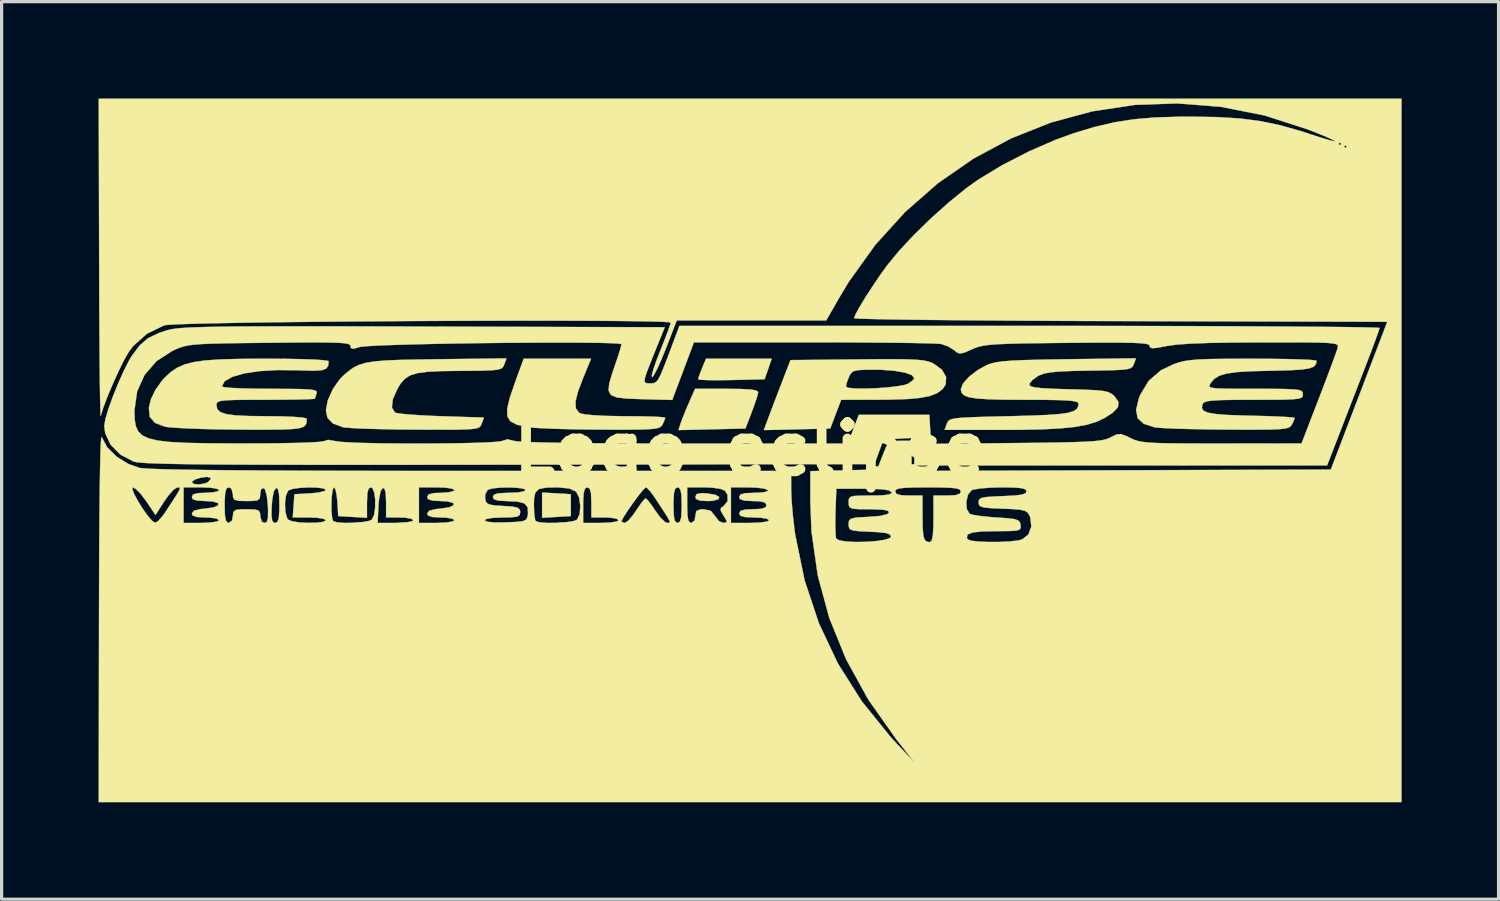
<source format=kicad_pcb>
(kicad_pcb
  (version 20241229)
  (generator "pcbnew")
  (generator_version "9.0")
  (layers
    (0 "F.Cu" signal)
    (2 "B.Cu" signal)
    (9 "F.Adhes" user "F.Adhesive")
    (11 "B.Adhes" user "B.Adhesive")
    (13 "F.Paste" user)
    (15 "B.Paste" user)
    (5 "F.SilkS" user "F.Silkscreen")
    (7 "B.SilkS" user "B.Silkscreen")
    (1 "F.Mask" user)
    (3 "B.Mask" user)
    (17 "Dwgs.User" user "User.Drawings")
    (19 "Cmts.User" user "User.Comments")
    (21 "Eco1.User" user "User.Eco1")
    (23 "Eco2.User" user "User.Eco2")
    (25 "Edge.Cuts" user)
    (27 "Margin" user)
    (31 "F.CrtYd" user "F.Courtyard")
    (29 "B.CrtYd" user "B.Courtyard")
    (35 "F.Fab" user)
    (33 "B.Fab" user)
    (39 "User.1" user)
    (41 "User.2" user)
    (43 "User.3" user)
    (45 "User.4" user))
  (footprint "Logo eclipse"
    (layer "F.Cu")
    (at 20.156 10.842)
    (property "Reference" "Logo eclipse" (at 0 0 0) (layer "F.SilkS") (effects (font (size 1.524 1.524) (thickness 0.3))))
    (attr through_hole)
    (fp_poly (pts (xy -5.99 1.371) (xy -5.546 1.397) (xy -5.546 2.074) (xy -5.99 2.1) (xy -6.435 2.126) (xy -6.435 1.346) (xy -5.99 1.371)) (stroke (width 0.01) (type solid)) (fill yes) (layer "F.SilkS"))
    (fp_poly (pts (xy -1.34 1.371) (xy -1.073 1.416) (xy -0.953 1.486) (xy -0.982 1.556) (xy -1.163 1.602) (xy -1.305 1.609) (xy -1.556 1.594) (xy -1.673 1.541) (xy -1.693 1.477) (xy -1.654 1.393) (xy -1.511 1.365) (xy -1.34 1.371)) (stroke (width 0.01) (type solid)) (fill yes) (layer "F.SilkS"))
    (fp_poly (pts (xy 0.559 -2.477) (xy 0.449 -2.159) (xy -0.58 -2.135) (xy -0.975 -2.13) (xy -1.299 -2.132) (xy -1.521 -2.142) (xy -1.608 -2.158) (xy -1.609 -2.159) (xy -1.579 -2.261) (xy -1.505 -2.453) (xy -1.486 -2.5) (xy -1.363 -2.794) (xy 0.668 -2.794) (xy 0.559 -2.477)) (stroke (width 0.01) (type solid)) (fill yes) (layer "F.SilkS"))
    (fp_poly (pts (xy -0.276 -1.858) (xy 0.023 -1.841) (xy 0.191 -1.81) (xy 0.249 -1.764) (xy 0.25 -1.757) (xy 0.219 -1.627) (xy 0.142 -1.393) (xy 0.051 -1.143) (xy -0.144 -0.635) (xy -1.179 -0.611) (xy -2.214 -0.587) (xy -2.154 -0.781) (xy -2.086 -0.966) (xy -1.978 -1.234) (xy -1.898 -1.418) (xy -1.703 -1.863) (xy -0.724 -1.863) (xy -0.276 -1.858)) (stroke (width 0.01) (type solid)) (fill yes) (layer "F.SilkS"))
    (fp_poly (pts (xy -5.169 -2.19) (xy -5.329 -1.766) (xy -5.402 -1.464) (xy -5.392 -1.26) (xy -5.299 -1.131) (xy -5.255 -1.104) (xy -5.112 -1.072) (xy -4.835 -1.045) (xy -4.455 -1.026) (xy -4.008 -1.017) (xy -3.858 -1.016) (xy -3.423 -1.013) (xy -3.055 -1.004) (xy -2.784 -0.992) (xy -2.64 -0.976) (xy -2.625 -0.968) (xy -2.66 -0.863) (xy -2.712 -0.756) (xy -2.749 -0.703) (xy -2.811 -0.663) (xy -2.918 -0.634) (xy -3.093 -0.616) (xy -3.357 -0.605) (xy -3.732 -0.6) (xy -4.24 -0.6) (xy -4.681 -0.602) (xy -5.253 -0.608) (xy -5.789 -0.619) (xy -6.26 -0.635) (xy -6.634 -0.655) (xy -6.88 -0.676) (xy -6.931 -0.684) (xy -7.224 -0.757) (xy -7.415 -0.858) (xy -7.51 -1.012) (xy -7.515 -1.243) (xy -7.437 -1.577) (xy -7.28 -2.038) (xy -7.27 -2.066) (xy -7.005 -2.794) (xy -4.92 -2.794) (xy -5.169 -2.19)) (stroke (width 0.01) (type solid)) (fill yes) (layer "F.SilkS"))
    (fp_poly (pts (xy 4.866 -2.775) (xy 5.151 -2.762) (xy 5.358 -2.741) (xy 5.508 -2.71) (xy 5.626 -2.668) (xy 5.672 -2.646) (xy 5.934 -2.455) (xy 6.064 -2.228) (xy 6.052 -1.998) (xy 5.956 -1.855) (xy 5.796 -1.734) (xy 5.574 -1.645) (xy 5.267 -1.583) (xy 4.851 -1.546) (xy 4.302 -1.528) (xy 3.97 -1.526) (xy 2.817 -1.524) (xy 2.479 -0.635) (xy 0.424 -0.587) (xy 0.592 -1.035) (xy 0.709 -1.344) (xy 0.855 -1.729) (xy 0.933 -1.932) (xy 2.963 -1.932) (xy 3.041 -1.894) (xy 3.246 -1.873) (xy 3.539 -1.87) (xy 3.879 -1.881) (xy 4.227 -1.905) (xy 4.542 -1.94) (xy 4.783 -1.984) (xy 4.889 -2.02) (xy 5.034 -2.123) (xy 5.08 -2.196) (xy 5 -2.289) (xy 4.78 -2.367) (xy 4.448 -2.423) (xy 4.034 -2.453) (xy 3.853 -2.455) (xy 3.51 -2.452) (xy 3.296 -2.436) (xy 3.173 -2.395) (xy 3.102 -2.319) (xy 3.062 -2.24) (xy 2.988 -2.049) (xy 2.963 -1.932) (xy 0.933 -1.932) (xy 1.001 -2.108) (xy 1.004 -2.117) (xy 1.249 -2.752) (xy 3.312 -2.773) (xy 3.97 -2.779) (xy 4.48 -2.78) (xy 4.866 -2.775)) (stroke (width 0.01) (type solid)) (fill yes) (layer "F.SilkS"))
    (fp_poly (pts (xy -7.607 -2.615) (xy -7.64 -2.544) (xy -7.695 -2.492) (xy -7.799 -2.458) (xy -7.976 -2.438) (xy -8.255 -2.426) (xy -8.661 -2.421) (xy -8.982 -2.419) (xy -9.554 -2.411) (xy -9.983 -2.39) (xy -10.297 -2.348) (xy -10.523 -2.277) (xy -10.687 -2.17) (xy -10.816 -2.019) (xy -10.911 -1.864) (xy -11.056 -1.534) (xy -11.081 -1.281) (xy -10.986 -1.127) (xy -10.868 -1.101) (xy -10.613 -1.073) (xy -10.252 -1.048) (xy -9.817 -1.026) (xy -9.557 -1.016) (xy -8.235 -0.974) (xy -8.306 -0.783) (xy -8.332 -0.723) (xy -8.373 -0.677) (xy -8.449 -0.643) (xy -8.583 -0.621) (xy -8.795 -0.607) (xy -9.106 -0.6) (xy -9.536 -0.599) (xy -10.108 -0.6) (xy -10.348 -0.601) (xy -10.925 -0.607) (xy -11.46 -0.617) (xy -11.924 -0.63) (xy -12.29 -0.647) (xy -12.529 -0.665) (xy -12.594 -0.675) (xy -12.907 -0.791) (xy -13.076 -0.966) (xy -13.123 -1.199) (xy -13.064 -1.506) (xy -12.91 -1.85) (xy -12.697 -2.157) (xy -12.602 -2.255) (xy -12.436 -2.4) (xy -12.279 -2.514) (xy -12.108 -2.6) (xy -11.901 -2.664) (xy -11.633 -2.709) (xy -11.284 -2.739) (xy -10.828 -2.758) (xy -10.245 -2.77) (xy -9.674 -2.778) (xy -7.537 -2.805) (xy -7.607 -2.615)) (stroke (width 0.01) (type solid)) (fill yes) (layer "F.SilkS"))
    (fp_poly (pts (xy -14.382 -2.791) (xy -13.876 -2.781) (xy -13.472 -2.767) (xy -13.19 -2.748) (xy -13.05 -2.725) (xy -13.039 -2.716) (xy -13.053 -2.577) (xy -13.114 -2.488) (xy -13.251 -2.439) (xy -13.492 -2.423) (xy -13.865 -2.432) (xy -13.995 -2.437) (xy -14.626 -2.444) (xy -15.188 -2.41) (xy -15.659 -2.338) (xy -16.021 -2.233) (xy -16.255 -2.098) (xy -16.341 -1.939) (xy -16.341 -1.934) (xy -16.261 -1.911) (xy -16.038 -1.891) (xy -15.7 -1.876) (xy -15.274 -1.866) (xy -14.85 -1.863) (xy -14.312 -1.861) (xy -13.922 -1.856) (xy -13.658 -1.844) (xy -13.498 -1.824) (xy -13.421 -1.793) (xy -13.405 -1.751) (xy -13.411 -1.729) (xy -13.455 -1.594) (xy -13.462 -1.559) (xy -13.542 -1.548) (xy -13.765 -1.538) (xy -14.104 -1.531) (xy -14.532 -1.526) (xy -14.986 -1.524) (xy -15.528 -1.523) (xy -15.924 -1.519) (xy -16.196 -1.509) (xy -16.368 -1.49) (xy -16.462 -1.461) (xy -16.502 -1.418) (xy -16.51 -1.359) (xy -16.51 -1.358) (xy -16.483 -1.234) (xy -16.39 -1.144) (xy -16.209 -1.081) (xy -15.921 -1.042) (xy -15.504 -1.022) (xy -14.949 -1.016) (xy -14.503 -1.011) (xy -14.132 -0.997) (xy -13.865 -0.976) (xy -13.728 -0.949) (xy -13.716 -0.938) (xy -13.72 -0.83) (xy -13.747 -0.748) (xy -13.815 -0.687) (xy -13.944 -0.645) (xy -14.155 -0.619) (xy -14.467 -0.605) (xy -14.9 -0.6) (xy -15.473 -0.6) (xy -15.778 -0.602) (xy -16.361 -0.608) (xy -16.907 -0.62) (xy -17.388 -0.637) (xy -17.772 -0.658) (xy -18.032 -0.681) (xy -18.102 -0.692) (xy -18.411 -0.809) (xy -18.575 -0.999) (xy -18.6 -1.276) (xy -18.535 -1.544) (xy -18.4 -1.825) (xy -18.196 -2.114) (xy -18.103 -2.217) (xy -17.918 -2.385) (xy -17.722 -2.517) (xy -17.492 -2.618) (xy -17.208 -2.692) (xy -16.845 -2.742) (xy -16.383 -2.773) (xy -15.799 -2.789) (xy -15.071 -2.794) (xy -14.971 -2.794) (xy -14.382 -2.791)) (stroke (width 0.01) (type solid)) (fill yes) (layer "F.SilkS"))
    (fp_poly (pts (xy 11.87 -2.624) (xy 11.836 -2.555) (xy 11.778 -2.505) (xy 11.668 -2.472) (xy 11.481 -2.451) (xy 11.191 -2.438) (xy 10.771 -2.43) (xy 10.494 -2.426) (xy 9.963 -2.416) (xy 9.571 -2.399) (xy 9.29 -2.372) (xy 9.09 -2.333) (xy 8.941 -2.277) (xy 8.911 -2.261) (xy 8.73 -2.134) (xy 8.639 -2.014) (xy 8.636 -1.995) (xy 8.67 -1.947) (xy 8.785 -1.911) (xy 9.003 -1.885) (xy 9.346 -1.865) (xy 9.836 -1.85) (xy 9.861 -1.849) (xy 10.345 -1.836) (xy 10.689 -1.82) (xy 10.924 -1.797) (xy 11.079 -1.761) (xy 11.185 -1.709) (xy 11.272 -1.635) (xy 11.278 -1.629) (xy 11.398 -1.455) (xy 11.379 -1.291) (xy 11.212 -1.118) (xy 10.961 -0.958) (xy 10.717 -0.843) (xy 10.424 -0.754) (xy 10.061 -0.686) (xy 9.607 -0.639) (xy 9.039 -0.609) (xy 8.338 -0.595) (xy 7.806 -0.593) (xy 6.017 -0.593) (xy 6.087 -0.783) (xy 6.115 -0.845) (xy 6.16 -0.893) (xy 6.245 -0.928) (xy 6.39 -0.954) (xy 6.619 -0.973) (xy 6.951 -0.988) (xy 7.41 -1.002) (xy 8.016 -1.016) (xy 8.019 -1.016) (xy 8.681 -1.034) (xy 9.193 -1.055) (xy 9.573 -1.083) (xy 9.84 -1.121) (xy 10.013 -1.174) (xy 10.111 -1.244) (xy 10.154 -1.335) (xy 10.16 -1.407) (xy 10.132 -1.449) (xy 10.035 -1.479) (xy 9.848 -1.501) (xy 9.553 -1.514) (xy 9.13 -1.522) (xy 8.559 -1.524) (xy 8.503 -1.524) (xy 7.865 -1.527) (xy 7.376 -1.54) (xy 7.018 -1.564) (xy 6.773 -1.603) (xy 6.621 -1.661) (xy 6.543 -1.74) (xy 6.519 -1.843) (xy 6.519 -1.85) (xy 6.591 -2.033) (xy 6.783 -2.245) (xy 7.055 -2.452) (xy 7.324 -2.598) (xy 7.452 -2.646) (xy 7.61 -2.684) (xy 7.82 -2.713) (xy 8.106 -2.735) (xy 8.488 -2.752) (xy 8.991 -2.765) (xy 9.635 -2.776) (xy 9.8 -2.778) (xy 11.937 -2.807) (xy 11.87 -2.624)) (stroke (width 0.01) (type solid)) (fill yes) (layer "F.SilkS"))
    (fp_poly (pts (xy 16.099 -2.791) (xy 16.598 -2.784) (xy 17.012 -2.773) (xy 17.318 -2.759) (xy 17.492 -2.742) (xy 17.525 -2.731) (xy 17.506 -2.626) (xy 17.438 -2.549) (xy 17.299 -2.495) (xy 17.065 -2.46) (xy 16.714 -2.438) (xy 16.222 -2.425) (xy 16.078 -2.422) (xy 15.496 -2.407) (xy 15.059 -2.38) (xy 14.74 -2.335) (xy 14.516 -2.268) (xy 14.361 -2.172) (xy 14.25 -2.042) (xy 14.24 -2.026) (xy 14.209 -1.967) (xy 14.217 -1.925) (xy 14.285 -1.896) (xy 14.433 -1.877) (xy 14.685 -1.868) (xy 15.062 -1.863) (xy 15.584 -1.863) (xy 15.62 -1.863) (xy 16.154 -1.862) (xy 16.541 -1.858) (xy 16.805 -1.847) (xy 16.971 -1.828) (xy 17.06 -1.797) (xy 17.096 -1.752) (xy 17.103 -1.693) (xy 17.095 -1.633) (xy 17.059 -1.589) (xy 16.969 -1.559) (xy 16.804 -1.54) (xy 16.54 -1.529) (xy 16.154 -1.525) (xy 15.624 -1.524) (xy 15.576 -1.524) (xy 15.023 -1.522) (xy 14.617 -1.516) (xy 14.335 -1.502) (xy 14.153 -1.48) (xy 14.05 -1.447) (xy 14.003 -1.402) (xy 13.998 -1.391) (xy 13.976 -1.276) (xy 14.022 -1.19) (xy 14.155 -1.127) (xy 14.394 -1.084) (xy 14.758 -1.055) (xy 15.265 -1.037) (xy 15.498 -1.031) (xy 15.955 -1.02) (xy 16.345 -1.005) (xy 16.642 -0.989) (xy 16.815 -0.972) (xy 16.849 -0.962) (xy 16.813 -0.863) (xy 16.761 -0.756) (xy 16.724 -0.704) (xy 16.664 -0.664) (xy 16.558 -0.635) (xy 16.385 -0.616) (xy 16.124 -0.605) (xy 15.754 -0.6) (xy 15.253 -0.6) (xy 14.75 -0.602) (xy 14.177 -0.608) (xy 13.643 -0.618) (xy 13.178 -0.631) (xy 12.811 -0.647) (xy 12.571 -0.665) (xy 12.514 -0.673) (xy 12.179 -0.781) (xy 11.99 -0.954) (xy 11.941 -1.208) (xy 12.024 -1.558) (xy 12.069 -1.675) (xy 12.331 -2.11) (xy 12.711 -2.437) (xy 13.1 -2.624) (xy 13.261 -2.679) (xy 13.431 -2.721) (xy 13.634 -2.751) (xy 13.897 -2.772) (xy 14.244 -2.785) (xy 14.701 -2.791) (xy 15.292 -2.794) (xy 15.54 -2.794) (xy 16.099 -2.791)) (stroke (width 0.01) (type solid)) (fill yes) (layer "F.SilkS"))
    (fp_poly (pts (xy 9.983 -3.81) (xy 11.274 -3.808) (xy 12.508 -3.806) (xy 13.675 -3.803) (xy 14.763 -3.799) (xy 15.764 -3.794) (xy 16.667 -3.789) (xy 17.463 -3.783) (xy 18.14 -3.777) (xy 18.69 -3.77) (xy 19.102 -3.763) (xy 19.365 -3.755) (xy 19.471 -3.748) (xy 19.473 -3.747) (xy 19.444 -3.648) (xy 19.364 -3.423) (xy 19.246 -3.103) (xy 19.099 -2.719) (xy 19.063 -2.625) (xy 18.859 -2.098) (xy 18.627 -1.501) (xy 18.401 -0.916) (xy 18.251 -0.529) (xy 17.85 0.508) (xy 5.08 0.508) (xy 5.08 -0.347) (xy 4.128 -0.296) (xy 3.848 0.466) (xy -7.453 0.483) (xy -9.108 0.486) (xy -10.602 0.487) (xy -11.942 0.488) (xy -13.138 0.488) (xy -14.196 0.486) (xy -15.124 0.484) (xy -15.932 0.481) (xy -16.626 0.476) (xy -17.215 0.47) (xy -17.707 0.463) (xy -18.11 0.454) (xy -18.432 0.444) (xy -18.681 0.433) (xy -18.865 0.42) (xy -18.991 0.405) (xy -19.069 0.388) (xy -19.077 0.385) (xy -19.482 0.171) (xy -19.782 -0.13) (xy -19.952 -0.489) (xy -19.981 -0.719) (xy -19.946 -0.926) (xy -19.874 -1.167) (xy -19.047 -1.167) (xy -19.039 -0.917) (xy -19.006 -0.713) (xy -18.933 -0.55) (xy -18.805 -0.424) (xy -18.606 -0.329) (xy -18.321 -0.262) (xy -17.933 -0.218) (xy -17.427 -0.191) (xy -16.788 -0.178) (xy -16 -0.173) (xy -15.732 -0.173) (xy -15.05 -0.174) (xy -14.446 -0.181) (xy -13.939 -0.192) (xy -13.545 -0.207) (xy -13.284 -0.225) (xy -13.172 -0.245) (xy -13.17 -0.248) (xy -13.055 -0.284) (xy -12.848 -0.248) (xy -12.681 -0.224) (xy -12.382 -0.204) (xy -11.975 -0.189) (xy -11.486 -0.178) (xy -10.94 -0.172) (xy -10.365 -0.169) (xy -9.785 -0.171) (xy -9.226 -0.176) (xy -8.714 -0.186) (xy -8.274 -0.199) (xy -7.933 -0.217) (xy -7.716 -0.238) (xy -7.651 -0.257) (xy -7.505 -0.302) (xy -7.332 -0.257) (xy -7.19 -0.236) (xy -6.882 -0.218) (xy -6.411 -0.203) (xy -5.781 -0.191) (xy -4.996 -0.181) (xy -4.058 -0.174) (xy -2.971 -0.17) (xy -2.038 -0.169) (xy 3.025 -0.169) (xy 3.194 -0.614) (xy 3.363 -1.058) (xy 5.546 -1.058) (xy 5.571 -0.609) (xy 5.597 -0.16) (xy 8.238 -0.186) (xy 8.989 -0.194) (xy 9.59 -0.203) (xy 10.06 -0.215) (xy 10.418 -0.229) (xy 10.684 -0.248) (xy 10.876 -0.272) (xy 11.014 -0.303) (xy 11.117 -0.342) (xy 11.154 -0.362) (xy 11.335 -0.45) (xy 11.471 -0.464) (xy 11.642 -0.402) (xy 11.765 -0.341) (xy 11.871 -0.291) (xy 11.987 -0.252) (xy 12.134 -0.223) (xy 12.331 -0.201) (xy 12.601 -0.186) (xy 12.962 -0.177) (xy 13.437 -0.173) (xy 14.046 -0.171) (xy 14.58 -0.171) (xy 17.06 -0.173) (xy 17.595 -1.56) (xy 17.773 -2.024) (xy 17.931 -2.443) (xy 18.059 -2.787) (xy 18.145 -3.028) (xy 18.177 -3.125) (xy 18.187 -3.176) (xy 18.176 -3.217) (xy 18.125 -3.247) (xy 18.016 -3.27) (xy 17.832 -3.285) (xy 17.554 -3.294) (xy 17.164 -3.299) (xy 16.645 -3.3) (xy 15.978 -3.3) (xy 15.821 -3.3) (xy 14.932 -3.295) (xy 14.203 -3.283) (xy 13.628 -3.261) (xy 13.199 -3.231) (xy 12.908 -3.191) (xy 12.89 -3.188) (xy 12.6 -3.132) (xy 12.438 -3.119) (xy 12.371 -3.15) (xy 12.361 -3.194) (xy 12.338 -3.228) (xy 12.256 -3.254) (xy 12.1 -3.273) (xy 11.852 -3.285) (xy 11.498 -3.292) (xy 11.02 -3.294) (xy 10.402 -3.291) (xy 9.8 -3.285) (xy 9.068 -3.277) (xy 8.484 -3.269) (xy 8.029 -3.258) (xy 7.681 -3.244) (xy 7.42 -3.225) (xy 7.225 -3.2) (xy 7.076 -3.167) (xy 6.952 -3.124) (xy 6.858 -3.083) (xy 6.626 -2.983) (xy 6.489 -2.954) (xy 6.391 -2.994) (xy 6.324 -3.053) (xy 6.128 -3.176) (xy 5.911 -3.25) (xy 5.774 -3.261) (xy 5.485 -3.271) (xy 5.065 -3.28) (xy 4.532 -3.288) (xy 3.905 -3.294) (xy 3.203 -3.299) (xy 2.444 -3.302) (xy 1.957 -3.302) (xy -1.738 -3.302) (xy -2.073 -2.41) (xy -2.409 -1.519) (xy -3.333 -1.543) (xy -3.802 -1.56) (xy -4.12 -1.596) (xy -4.306 -1.673) (xy -4.379 -1.812) (xy -4.358 -2.032) (xy -4.261 -2.356) (xy -4.207 -2.513) (xy -4.101 -2.826) (xy -4.021 -3.078) (xy -3.981 -3.226) (xy -3.978 -3.244) (xy -4.06 -3.261) (xy -4.291 -3.275) (xy -4.651 -3.285) (xy -5.121 -3.291) (xy -5.68 -3.294) (xy -6.308 -3.293) (xy -6.986 -3.29) (xy -7.694 -3.284) (xy -8.411 -3.276) (xy -9.118 -3.265) (xy -9.794 -3.253) (xy -10.42 -3.238) (xy -10.976 -3.222) (xy -11.441 -3.205) (xy -11.797 -3.186) (xy -12.022 -3.167) (xy -12.086 -3.155) (xy -12.273 -3.102) (xy -12.35 -3.125) (xy -12.361 -3.188) (xy -12.378 -3.225) (xy -12.44 -3.254) (xy -12.563 -3.275) (xy -12.766 -3.289) (xy -13.066 -3.297) (xy -13.48 -3.299) (xy -14.025 -3.297) (xy -14.718 -3.29) (xy -14.88 -3.288) (xy -15.599 -3.28) (xy -16.17 -3.272) (xy -16.614 -3.262) (xy -16.953 -3.248) (xy -17.207 -3.229) (xy -17.399 -3.204) (xy -17.55 -3.169) (xy -17.68 -3.124) (xy -17.811 -3.066) (xy -17.874 -3.037) (xy -18.366 -2.719) (xy -18.734 -2.293) (xy -18.965 -1.779) (xy -19.047 -1.197) (xy -19.047 -1.167) (xy -19.874 -1.167) (xy -19.851 -1.242) (xy -19.714 -1.623) (xy -19.551 -2.028) (xy -19.379 -2.413) (xy -19.215 -2.737) (xy -19.13 -2.879) (xy -18.884 -3.207) (xy -18.625 -3.43) (xy -18.292 -3.59) (xy -18.024 -3.677) (xy -17.929 -3.701) (xy -17.807 -3.721) (xy -17.648 -3.739) (xy -17.441 -3.754) (xy -17.175 -3.766) (xy -16.84 -3.776) (xy -16.424 -3.784) (xy -15.916 -3.79) (xy -15.307 -3.794) (xy -14.584 -3.796) (xy -13.737 -3.796) (xy -12.755 -3.796) (xy -11.628 -3.793) (xy -10.344 -3.79) (xy -10.102 -3.789) (xy -2.641 -3.768) (xy -2.927 -3.059) (xy -3.095 -2.641) (xy -3.205 -2.355) (xy -3.26 -2.176) (xy -3.265 -2.08) (xy -3.224 -2.04) (xy -3.141 -2.032) (xy -3.092 -2.032) (xy -2.999 -2.035) (xy -2.925 -2.061) (xy -2.856 -2.132) (xy -2.779 -2.273) (xy -2.679 -2.508) (xy -2.543 -2.861) (xy -2.417 -3.196) (xy -2.187 -3.81) (xy 8.643 -3.81) (xy 9.983 -3.81)) (stroke (width 0.01) (type solid)) (fill yes) (layer "F.SilkS"))
    (fp_poly (pts (xy 20.151 10.922) (xy -20.151 10.922) (xy -20.143 5.144) (xy -20.14 3.985) (xy -20.136 2.949) (xy -20.129 2.042) (xy -20.121 1.27) (xy -20.121 1.246) (xy -19.112 1.246) (xy -19.05 1.403) (xy -18.933 1.618) (xy -18.786 1.852) (xy -18.633 2.066) (xy -18.498 2.223) (xy -18.405 2.284) (xy -18.305 2.22) (xy -18.164 2.057) (xy -18.102 1.968) (xy -17.878 1.627) (xy -17.734 1.402) (xy -17.658 1.271) (xy -17.639 1.207) (xy -17.664 1.187) (xy -17.719 1.185) (xy -17.526 1.185) (xy -17.526 2.286) (xy -16.976 2.286) (xy -16.688 2.274) (xy -16.491 2.242) (xy -16.425 2.201) (xy -16.501 2.153) (xy -16.696 2.122) (xy -16.849 2.117) (xy -17.118 2.102) (xy -17.248 2.053) (xy -17.272 1.994) (xy -17.206 1.907) (xy -16.997 1.857) (xy -16.876 1.846) (xy -16.589 1.804) (xy -16.45 1.738) (xy -16.451 1.736) (xy -16.256 1.736) (xy -16.248 2.044) (xy -16.217 2.216) (xy -16.158 2.282) (xy -16.129 2.286) (xy -16.027 2.212) (xy -16.002 2.074) (xy -15.988 1.949) (xy -15.918 1.886) (xy -15.749 1.865) (xy -15.579 1.863) (xy -15.327 1.87) (xy -15.202 1.905) (xy -15.159 1.989) (xy -15.155 2.074) (xy -15.11 2.246) (xy -15.024 2.286) (xy -14.952 2.256) (xy -14.917 2.141) (xy -14.916 2.058) (xy -14.806 2.058) (xy -14.785 2.219) (xy -14.73 2.281) (xy -14.694 2.286) (xy -14.621 2.253) (xy -14.58 2.131) (xy -14.564 1.888) (xy -14.563 1.729) (xy -14.564 1.697) (xy -14.39 1.697) (xy -14.375 1.957) (xy -14.317 2.151) (xy -14.292 2.184) (xy -14.166 2.236) (xy -13.944 2.27) (xy -13.677 2.284) (xy -13.417 2.279) (xy -13.215 2.254) (xy -13.124 2.208) (xy -13.123 2.201) (xy -13.201 2.156) (xy -13.403 2.126) (xy -13.636 2.117) (xy -14.149 2.117) (xy -14.123 1.757) (xy -14.119 1.697) (xy -12.953 1.697) (xy -12.949 1.947) (xy -12.929 2.145) (xy -12.898 2.23) (xy -12.771 2.269) (xy -12.537 2.286) (xy -12.527 2.286) (xy -11.523 2.286) (xy -10.968 2.286) (xy -10.679 2.274) (xy -10.481 2.243) (xy -10.414 2.201) (xy -10.49 2.153) (xy -10.685 2.122) (xy -10.837 2.117) (xy -11.261 2.117) (xy -11.261 1.644) (xy -11.273 1.359) (xy -11.313 1.222) (xy -11.367 1.206) (xy -11.434 1.311) (xy -11.481 1.558) (xy -11.498 1.764) (xy -11.523 2.286) (xy -12.527 2.286) (xy -12.252 2.282) (xy -11.978 2.258) (xy -11.771 2.219) (xy -11.701 2.184) (xy -11.633 2.041) (xy -11.6 1.816) (xy -11.598 1.565) (xy -11.627 1.343) (xy -11.686 1.205) (xy -11.726 1.185) (xy -10.245 1.185) (xy -10.245 2.286) (xy -9.694 2.286) (xy -9.407 2.274) (xy -9.21 2.242) (xy -9.15 2.205) (xy -8.213 2.205) (xy -8.131 2.25) (xy -7.899 2.272) (xy -7.556 2.268) (xy -7.227 2.254) (xy -7.03 2.231) (xy -6.929 2.185) (xy -6.887 2.103) (xy -6.872 1.999) (xy -6.881 1.804) (xy -6.94 1.731) (xy -6.689 1.731) (xy -6.679 1.991) (xy -6.653 2.177) (xy -6.632 2.23) (xy -6.507 2.269) (xy -6.271 2.286) (xy -5.981 2.284) (xy -5.692 2.264) (xy -5.462 2.229) (xy -5.351 2.184) (xy -5.272 2.009) (xy -5.253 1.754) (xy -5.256 1.736) (xy -5.165 1.736) (xy -5.165 2.286) (xy -4.614 2.286) (xy -4.327 2.274) (xy -4.13 2.242) (xy -4.125 2.239) (xy -3.979 2.239) (xy -3.912 2.283) (xy -3.873 2.286) (xy -3.772 2.219) (xy -3.626 2.049) (xy -3.527 1.905) (xy -3.383 1.692) (xy -3.271 1.554) (xy -3.231 1.524) (xy -3.158 1.59) (xy -3.032 1.758) (xy -2.934 1.905) (xy -2.776 2.12) (xy -2.631 2.258) (xy -2.565 2.286) (xy -2.508 2.285) (xy -2.483 2.264) (xy -2.503 2.2) (xy -2.58 2.067) (xy -2.725 1.841) (xy -2.794 1.736) (xy -2.371 1.736) (xy -2.362 2.044) (xy -2.332 2.216) (xy -2.272 2.282) (xy -2.244 2.286) (xy -2.172 2.249) (xy -2.133 2.118) (xy -2.118 1.861) (xy -2.117 1.736) (xy -2.125 1.427) (xy -2.155 1.255) (xy -2.215 1.189) (xy -2.244 1.185) (xy -1.947 1.185) (xy -1.947 1.736) (xy -1.939 2.044) (xy -1.909 2.216) (xy -1.849 2.282) (xy -1.82 2.286) (xy -1.718 2.212) (xy -1.693 2.074) (xy -1.666 1.923) (xy -1.551 1.868) (xy -1.438 1.863) (xy -1.218 1.909) (xy -1.087 2.071) (xy -1.085 2.074) (xy -0.962 2.231) (xy -0.831 2.286) (xy -0.729 2.275) (xy -0.729 2.212) (xy -0.818 2.065) (xy -0.91 1.907) (xy -0.904 1.824) (xy -0.82 1.765) (xy -0.696 1.614) (xy -0.699 1.415) (xy -0.779 1.287) (xy -0.917 1.232) (xy -1.17 1.195) (xy -1.414 1.185) (xy -0.593 1.185) (xy -0.593 2.286) (xy 0 2.286) (xy 0.304 2.275) (xy 0.514 2.245) (xy 0.593 2.201) (xy 0.593 2.201) (xy 0.516 2.155) (xy 0.319 2.124) (xy 0.127 2.117) (xy -0.154 2.105) (xy -0.298 2.065) (xy -0.339 1.99) (xy -0.293 1.91) (xy -0.136 1.871) (xy 0.085 1.863) (xy 0.351 1.849) (xy 0.481 1.802) (xy 0.508 1.736) (xy 0.463 1.656) (xy 0.306 1.617) (xy 0.085 1.609) (xy -0.182 1.595) (xy -0.312 1.548) (xy -0.339 1.482) (xy -0.297 1.405) (xy -0.152 1.366) (xy 0.13 1.355) (xy 0.132 1.355) (xy 0.406 1.341) (xy 0.543 1.303) (xy 0.55 1.27) (xy 0.445 1.226) (xy 0.22 1.196) (xy -0.047 1.185) (xy -0.593 1.185) (xy -1.414 1.185) (xy -1.947 1.185) (xy -2.244 1.185) (xy -2.315 1.222) (xy -2.354 1.353) (xy -2.37 1.611) (xy -2.371 1.736) (xy -2.794 1.736) (xy -2.947 1.503) (xy -3.087 1.311) (xy -3.197 1.198) (xy -3.225 1.185) (xy -3.298 1.249) (xy -3.432 1.413) (xy -3.597 1.634) (xy -3.763 1.87) (xy -3.898 2.078) (xy -3.973 2.215) (xy -3.979 2.239) (xy -4.125 2.239) (xy -4.064 2.201) (xy -4.14 2.153) (xy -4.335 2.122) (xy -4.487 2.117) (xy -4.911 2.117) (xy -4.911 1.651) (xy -4.922 1.37) (xy -4.962 1.226) (xy -5.038 1.185) (xy -5.109 1.222) (xy -5.148 1.353) (xy -5.164 1.611) (xy -5.165 1.736) (xy -5.256 1.736) (xy -5.291 1.498) (xy -5.382 1.318) (xy -5.588 1.221) (xy -5.944 1.185) (xy -5.968 1.185) (xy -6.318 1.194) (xy -6.531 1.237) (xy -6.642 1.339) (xy -6.683 1.525) (xy -6.689 1.731) (xy -6.94 1.731) (xy -6.977 1.685) (xy -7.189 1.626) (xy -7.514 1.61) (xy -7.788 1.597) (xy -7.925 1.553) (xy -7.959 1.482) (xy -7.92 1.408) (xy -7.781 1.368) (xy -7.512 1.355) (xy -7.451 1.355) (xy -7.18 1.342) (xy -6.997 1.308) (xy -6.943 1.27) (xy -7.018 1.226) (xy -7.211 1.199) (xy -7.468 1.188) (xy -7.739 1.194) (xy -7.972 1.218) (xy -8.114 1.26) (xy -8.192 1.391) (xy -8.199 1.534) (xy -8.168 1.645) (xy -8.089 1.709) (xy -7.919 1.743) (xy -7.641 1.761) (xy -7.349 1.781) (xy -7.188 1.817) (xy -7.122 1.881) (xy -7.112 1.951) (xy -7.13 2.041) (xy -7.21 2.091) (xy -7.388 2.112) (xy -7.662 2.117) (xy -7.964 2.129) (xy -8.158 2.164) (xy -8.213 2.205) (xy -9.15 2.205) (xy -9.144 2.201) (xy -9.22 2.153) (xy -9.415 2.122) (xy -9.567 2.117) (xy -9.837 2.102) (xy -9.967 2.053) (xy -9.991 1.994) (xy -9.925 1.907) (xy -9.716 1.857) (xy -9.595 1.846) (xy -9.308 1.804) (xy -9.169 1.738) (xy -9.182 1.67) (xy -9.35 1.621) (xy -9.56 1.609) (xy -9.829 1.595) (xy -9.961 1.55) (xy -9.991 1.482) (xy -9.945 1.402) (xy -9.788 1.363) (xy -9.567 1.355) (xy -9.326 1.339) (xy -9.173 1.3) (xy -9.144 1.27) (xy -9.222 1.226) (xy -9.428 1.195) (xy -9.694 1.185) (xy -10.245 1.185) (xy -11.726 1.185) (xy -11.803 1.227) (xy -11.842 1.373) (xy -11.853 1.654) (xy -11.853 2.126) (xy -12.298 2.1) (xy -12.742 2.074) (xy -12.768 1.63) (xy -12.796 1.381) (xy -12.841 1.22) (xy -12.874 1.185) (xy -12.914 1.261) (xy -12.941 1.449) (xy -12.953 1.697) (xy -14.119 1.697) (xy -14.097 1.397) (xy -13.61 1.372) (xy -13.349 1.345) (xy -13.172 1.303) (xy -13.123 1.266) (xy -13.199 1.219) (xy -13.39 1.193) (xy -13.646 1.187) (xy -13.915 1.2) (xy -14.145 1.231) (xy -14.284 1.28) (xy -14.292 1.287) (xy -14.362 1.448) (xy -14.39 1.697) (xy -14.564 1.697) (xy -14.572 1.413) (xy -14.604 1.245) (xy -14.662 1.204) (xy -14.668 1.206) (xy -14.736 1.311) (xy -14.783 1.558) (xy -14.8 1.764) (xy -14.806 2.058) (xy -14.916 2.058) (xy -14.913 1.909) (xy -14.918 1.764) (xy -14.951 1.445) (xy -15.007 1.251) (xy -15.05 1.206) (xy -15.132 1.248) (xy -15.155 1.39) (xy -15.168 1.52) (xy -15.235 1.584) (xy -15.401 1.606) (xy -15.579 1.609) (xy -15.83 1.602) (xy -15.955 1.567) (xy -15.998 1.482) (xy -16.002 1.397) (xy -16.046 1.227) (xy -16.129 1.185) (xy -16.2 1.222) (xy -16.24 1.353) (xy -16.255 1.611) (xy -16.256 1.736) (xy -16.451 1.736) (xy -16.463 1.67) (xy -16.632 1.621) (xy -16.842 1.609) (xy -17.11 1.595) (xy -17.243 1.55) (xy -17.272 1.482) (xy -17.227 1.402) (xy -17.07 1.363) (xy -16.849 1.355) (xy -16.607 1.339) (xy -16.454 1.3) (xy -16.425 1.27) (xy -16.503 1.226) (xy -16.709 1.195) (xy -16.976 1.185) (xy -17.526 1.185) (xy -17.719 1.185) (xy -17.83 1.252) (xy -17.987 1.425) (xy -18.121 1.612) (xy -18.395 2.039) (xy -18.682 1.612) (xy -18.854 1.385) (xy -19.009 1.231) (xy -19.095 1.185) (xy -19.112 1.246) (xy -20.121 1.246) (xy -20.117 1.023) (xy -17.272 1.023) (xy -17.202 1.083) (xy -17.04 1.096) (xy -16.855 1.06) (xy -16.766 1.019) (xy -16.687 0.927) (xy -16.697 0.886) (xy -16.811 0.861) (xy -16.994 0.885) (xy -17.171 0.94) (xy -17.269 1.009) (xy -17.272 1.023) (xy -20.117 1.023) (xy -20.111 0.639) (xy -20.1 0.154) (xy -20.087 -0.179) (xy -20.073 -0.353) (xy -20.059 -0.37) (xy -19.891 -0.056) (xy -19.601 0.233) (xy -19.234 0.462) (xy -18.886 0.584) (xy -18.744 0.6) (xy -18.474 0.614) (xy -18.071 0.627) (xy -17.532 0.638) (xy -16.853 0.648) (xy -16.031 0.657) (xy -15.06 0.663) (xy -13.938 0.669) (xy -12.661 0.673) (xy -11.224 0.676) (xy -9.624 0.677) (xy -8.589 0.677) (xy 1.27 0.677) (xy 1.27 1.249) (xy 1.284 1.596) (xy 1.321 2.035) (xy 1.373 2.491) (xy 1.398 2.667) (xy 1.688 4.067) (xy 2.127 5.388) (xy 2.716 6.634) (xy 3.459 7.81) (xy 4.358 8.921) (xy 4.564 9.144) (xy 5.085 9.694) (xy 4.511 8.963) (xy 3.658 7.753) (xy 2.971 6.508) (xy 2.449 5.226) (xy 2.092 3.908) (xy 1.9 2.553) (xy 1.889 2.282) (xy 2.636 2.282) (xy 2.641 2.566) (xy 2.655 2.743) (xy 2.662 2.769) (xy 2.762 2.827) (xy 2.981 2.862) (xy 3.275 2.876) (xy 3.6 2.87) (xy 3.913 2.846) (xy 4.171 2.806) (xy 4.33 2.75) (xy 4.36 2.709) (xy 4.324 2.641) (xy 4.195 2.597) (xy 3.945 2.57) (xy 3.704 2.558) (xy 3.374 2.542) (xy 3.179 2.519) (xy 3.083 2.475) (xy 3.051 2.399) (xy 3.048 2.328) (xy 3.058 2.222) (xy 3.114 2.159) (xy 3.251 2.124) (xy 3.506 2.106) (xy 3.655 2.099) (xy 4.02 2.069) (xy 4.238 2.017) (xy 4.297 1.968) (xy 4.268 1.911) (xy 4.121 1.878) (xy 3.834 1.864) (xy 3.69 1.863) (xy 3.365 1.86) (xy 3.174 1.845) (xy 3.081 1.804) (xy 3.051 1.728) (xy 3.048 1.651) (xy 3.055 1.546) (xy 3.099 1.484) (xy 3.215 1.452) (xy 3.437 1.441) (xy 3.732 1.439) (xy 4.089 1.432) (xy 4.298 1.408) (xy 4.381 1.364) (xy 4.381 1.333) (xy 4.35 1.312) (xy 4.487 1.312) (xy 4.533 1.392) (xy 4.69 1.431) (xy 4.911 1.439) (xy 5.334 1.439) (xy 5.334 2.103) (xy 5.34 2.472) (xy 5.363 2.702) (xy 5.412 2.826) (xy 5.497 2.874) (xy 5.56 2.879) (xy 5.618 2.834) (xy 5.653 2.684) (xy 5.67 2.404) (xy 5.673 2.159) (xy 5.673 1.631) (xy 6.688 1.631) (xy 6.703 1.853) (xy 6.789 2.002) (xy 6.795 2.006) (xy 6.924 2.042) (xy 7.175 2.078) (xy 7.502 2.109) (xy 7.62 2.117) (xy 7.971 2.141) (xy 8.187 2.169) (xy 8.302 2.213) (xy 8.353 2.284) (xy 8.367 2.349) (xy 8.372 2.438) (xy 8.337 2.493) (xy 8.231 2.524) (xy 8.023 2.537) (xy 7.683 2.54) (xy 7.589 2.54) (xy 7.154 2.55) (xy 6.872 2.584) (xy 6.728 2.646) (xy 6.706 2.74) (xy 6.731 2.794) (xy 6.838 2.835) (xy 7.067 2.863) (xy 7.373 2.875) (xy 7.71 2.874) (xy 8.032 2.858) (xy 8.293 2.828) (xy 8.416 2.797) (xy 8.611 2.642) (xy 8.701 2.397) (xy 8.669 2.119) (xy 8.65 2.071) (xy 8.593 1.974) (xy 8.506 1.912) (xy 8.351 1.876) (xy 8.091 1.856) (xy 7.814 1.845) (xy 7.456 1.83) (xy 7.236 1.808) (xy 7.12 1.771) (xy 7.075 1.709) (xy 7.07 1.651) (xy 7.084 1.569) (xy 7.149 1.517) (xy 7.297 1.485) (xy 7.56 1.467) (xy 7.811 1.457) (xy 8.181 1.439) (xy 8.41 1.41) (xy 8.524 1.365) (xy 8.551 1.309) (xy 8.519 1.249) (xy 8.404 1.211) (xy 8.178 1.191) (xy 7.813 1.185) (xy 7.784 1.185) (xy 7.422 1.195) (xy 7.111 1.22) (xy 6.899 1.256) (xy 6.852 1.273) (xy 6.74 1.413) (xy 6.688 1.631) (xy 5.673 1.631) (xy 5.673 1.439) (xy 6.096 1.439) (xy 6.362 1.426) (xy 6.492 1.379) (xy 6.519 1.312) (xy 6.494 1.258) (xy 6.4 1.221) (xy 6.212 1.199) (xy 5.905 1.188) (xy 5.503 1.185) (xy 5.065 1.189) (xy 4.771 1.2) (xy 4.593 1.224) (xy 4.508 1.262) (xy 4.487 1.312) (xy 4.35 1.312) (xy 4.301 1.28) (xy 4.092 1.246) (xy 3.739 1.23) (xy 3.507 1.228) (xy 2.667 1.228) (xy 2.642 1.94) (xy 2.636 2.282) (xy 1.889 2.282) (xy 1.863 1.632) (xy 1.863 0.683) (xy 2.897 0.659) (xy 3.931 0.635) (xy 4.103 0.191) (xy 4.206 -0.062) (xy 4.296 -0.194) (xy 4.418 -0.245) (xy 4.62 -0.254) (xy 4.635 -0.254) (xy 4.995 -0.254) (xy 4.995 0.212) (xy 4.995 0.678) (xy 17.966 0.635) (xy 19.712 -3.937) (xy 11.465 -3.959) (xy 10.299 -3.962) (xy 9.182 -3.967) (xy 8.126 -3.973) (xy 7.142 -3.98) (xy 6.241 -3.988) (xy 5.436 -3.996) (xy 4.737 -4.005) (xy 4.156 -4.014) (xy 3.704 -4.024) (xy 3.394 -4.034) (xy 3.236 -4.044) (xy 3.217 -4.048) (xy 3.263 -4.169) (xy 3.387 -4.396) (xy 3.569 -4.695) (xy 3.79 -5.036) (xy 4.027 -5.386) (xy 4.236 -5.677) (xy 4.609 -6.131) (xy 5.082 -6.637) (xy 5.617 -7.157) (xy 6.17 -7.65) (xy 6.701 -8.079) (xy 7.046 -8.326) (xy 7.795 -8.78) (xy 8.628 -9.208) (xy 8.968 -9.356) (xy 18.373 -9.356) (xy 18.415 -9.313) (xy 18.457 -9.356) (xy 18.415 -9.398) (xy 18.373 -9.356) (xy 8.968 -9.356) (xy 9.162 -9.44) (xy 18.203 -9.44) (xy 18.246 -9.398) (xy 18.288 -9.44) (xy 18.246 -9.483) (xy 18.203 -9.44) (xy 9.162 -9.44) (xy 9.47 -9.574) (xy 10.018 -9.772) (xy 10.663 -9.966) (xy 11.265 -10.107) (xy 11.871 -10.202) (xy 12.529 -10.258) (xy 13.288 -10.282) (xy 13.631 -10.283) (xy 14.452 -10.27) (xy 15.152 -10.227) (xy 15.782 -10.146) (xy 16.388 -10.02) (xy 17.019 -9.842) (xy 17.342 -9.737) (xy 17.666 -9.632) (xy 17.922 -9.556) (xy 18.075 -9.521) (xy 18.101 -9.521) (xy 18.039 -9.561) (xy 17.849 -9.648) (xy 17.562 -9.767) (xy 17.256 -9.888) (xy 15.92 -10.319) (xy 14.573 -10.586) (xy 13.226 -10.693) (xy 11.892 -10.646) (xy 10.581 -10.447) (xy 9.307 -10.101) (xy 8.079 -9.613) (xy 6.91 -8.986) (xy 5.811 -8.225) (xy 4.795 -7.334) (xy 3.873 -6.317) (xy 3.056 -5.178) (xy 2.755 -4.678) (xy 2.356 -3.979) (xy -2.269 -3.979) (xy -2.603 -3.116) (xy -2.747 -2.763) (xy -2.878 -2.473) (xy -2.98 -2.282) (xy -3.031 -2.221) (xy -3.041 -2.28) (xy -2.993 -2.464) (xy -2.896 -2.743) (xy -2.791 -3.014) (xy -2.652 -3.361) (xy -2.541 -3.651) (xy -2.472 -3.848) (xy -2.455 -3.912) (xy -2.538 -3.926) (xy -2.775 -3.939) (xy -3.153 -3.949) (xy -3.657 -3.957) (xy -4.273 -3.964) (xy -4.986 -3.968) (xy -5.782 -3.971) (xy -6.648 -3.972) (xy -7.567 -3.971) (xy -8.527 -3.969) (xy -9.512 -3.965) (xy -10.509 -3.96) (xy -11.502 -3.953) (xy -12.478 -3.946) (xy -13.423 -3.937) (xy -14.321 -3.927) (xy -15.158 -3.916) (xy -15.921 -3.904) (xy -16.594 -3.891) (xy -17.164 -3.877) (xy -17.616 -3.863) (xy -17.935 -3.848) (xy -18.108 -3.832) (xy -18.129 -3.827) (xy -18.658 -3.568) (xy -19.083 -3.192) (xy -19.224 -3.003) (xy -19.365 -2.758) (xy -19.534 -2.417) (xy -19.71 -2.029) (xy -19.875 -1.64) (xy -20.005 -1.297) (xy -20.082 -1.049) (xy -20.089 -1.016) (xy -20.096 -1.059) (xy -20.103 -1.258) (xy -20.11 -1.599) (xy -20.117 -2.067) (xy -20.123 -2.649) (xy -20.128 -3.33) (xy -20.133 -4.097) (xy -20.136 -4.937) (xy -20.139 -5.821) (xy -20.151 -10.837) (xy 20.151 -10.837) (xy 20.151 10.922)) (stroke (width 0.01) (type solid)) (fill yes) (layer "F.SilkS")))
  (gr_rect
    (start -3 -3)
    (end 43.311 24.769)
    (stroke (width 0.1) (type default))
    (fill no)
    (layer "Edge.Cuts")))
</source>
